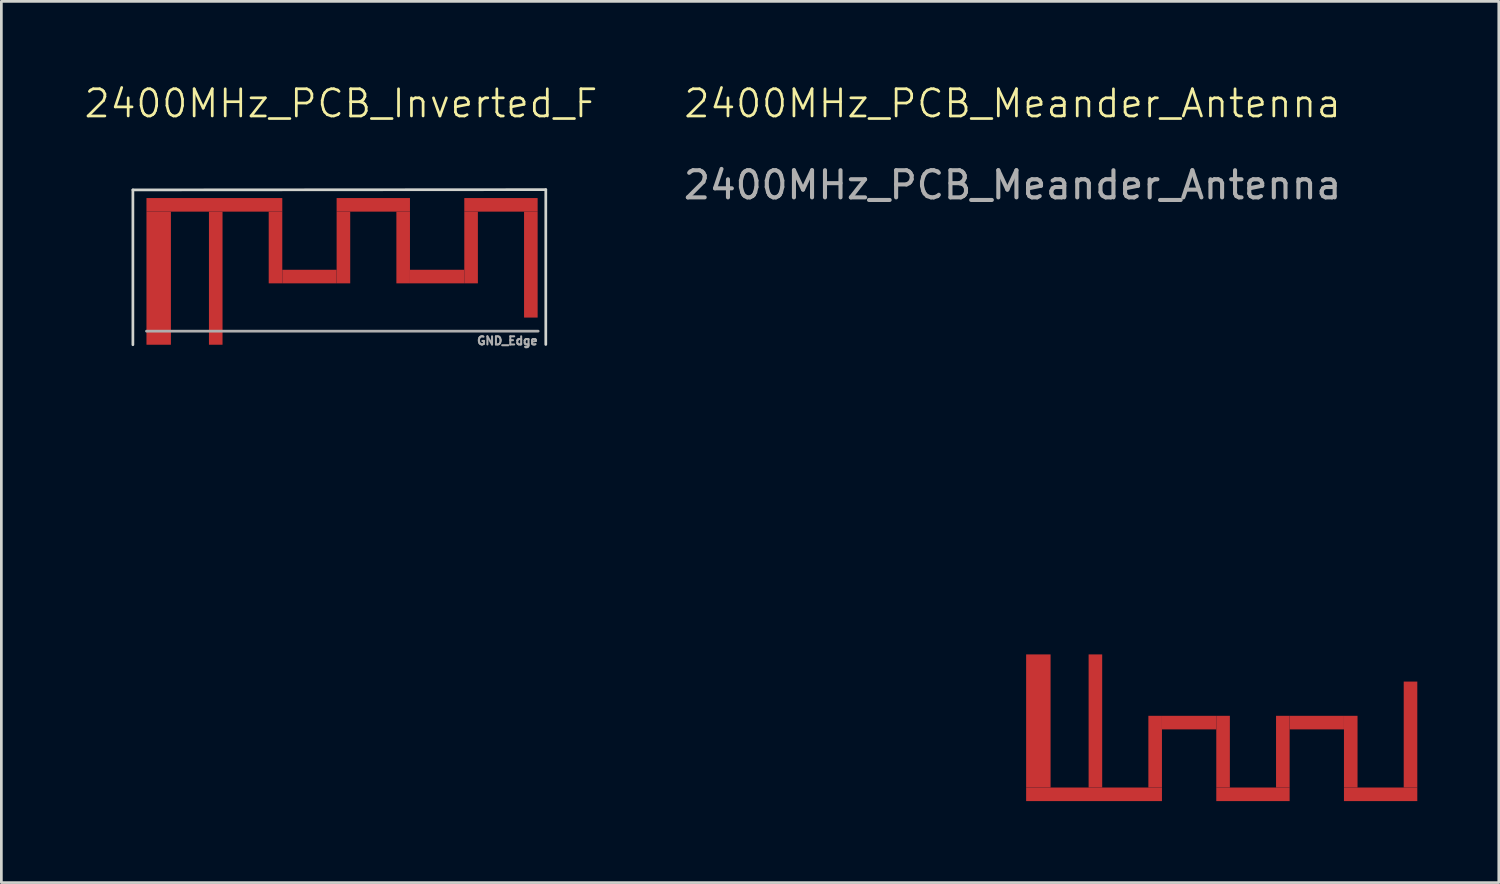
<source format=kicad_pcb>
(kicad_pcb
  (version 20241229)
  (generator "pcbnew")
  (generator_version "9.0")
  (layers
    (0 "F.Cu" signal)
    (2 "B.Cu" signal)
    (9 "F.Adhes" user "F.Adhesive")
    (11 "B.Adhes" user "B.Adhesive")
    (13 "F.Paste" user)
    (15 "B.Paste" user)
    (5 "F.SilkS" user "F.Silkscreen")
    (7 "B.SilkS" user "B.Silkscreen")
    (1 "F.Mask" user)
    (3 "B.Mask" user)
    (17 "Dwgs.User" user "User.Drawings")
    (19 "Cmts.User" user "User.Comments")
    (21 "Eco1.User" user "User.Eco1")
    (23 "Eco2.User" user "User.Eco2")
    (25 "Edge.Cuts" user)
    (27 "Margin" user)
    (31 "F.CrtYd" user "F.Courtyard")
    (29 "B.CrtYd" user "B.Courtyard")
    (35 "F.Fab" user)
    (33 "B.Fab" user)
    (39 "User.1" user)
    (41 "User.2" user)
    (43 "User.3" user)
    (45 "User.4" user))
  (footprint "2400MHz_PCB_Meander_Antenna"
    (layer "F.Cu")
    (at 34.225 21.541)
    (property "Reference" "2400MHz_PCB_Meander_Antenna" (at 0 -20.78 0) (unlocked yes) (layer "F.SilkS") (effects (font (size 1 1) (thickness 0.1))))
    (attr smd)
    (fp_text user "${REFERENCE}" (at 0 -17.78 0) (unlocked yes) (layer "F.Fab") (effects (font (size 1 1) (thickness 0.15))))
    (pad "1" smd rect (at 3 4.65) (size 5 0.5) (layers "F.Cu" "F.Mask"))
    (pad "1" smd rect (at 3.05 1.95) (size 0.5 4.9) (layers "F.Cu" "F.Mask"))
    (pad "1" smd rect (at 5.25 3.08) (size 0.5 2.64) (layers "F.Cu" "F.Mask"))
    (pad "1" smd rect (at 6.5 2.01) (size 2 0.5) (layers "F.Cu" "F.Mask"))
    (pad "1" smd rect (at 7.75 3.08) (size 0.5 2.64) (layers "F.Cu" "F.Mask"))
    (pad "1" smd rect (at 8.85 4.65) (size 2.7 0.5) (layers "F.Cu" "F.Mask"))
    (pad "1" smd rect (at 9.95 3.08) (size 0.5 2.64) (layers "F.Cu" "F.Mask"))
    (pad "1" smd rect (at 11.2 2.01) (size 2 0.5) (layers "F.Cu" "F.Mask"))
    (pad "1" smd rect (at 12.45 3.08) (size 0.5 2.64) (layers "F.Cu" "F.Mask"))
    (pad "1" smd rect (at 13.55 4.65) (size 2.7 0.5) (layers "F.Cu" "F.Mask"))
    (pad "1" smd rect (at 14.65 2.45) (size 0.5 3.9) (layers "F.Cu" "F.Mask"))
    (pad "2" smd rect (at 0.95 1.95) (size 0.9 4.9) (layers "F.Cu" "F.Mask")))
  (footprint "2400MHz_PCB_Inverted_F"
    (layer "F.Cu")
    (at 9.352 3.881)
    (property "Reference" "2400MHz_PCB_Inverted_F" (at 0.15 -3.12 0) (unlocked yes) (layer "F.SilkS") (effects (font (size 1 1) (thickness 0.1))))
    (attr smd)
    (fp_line (start -7.51 0.06) (end -7.51 5.76) (stroke (width 0.1) (type default)) (layer "Edge.Cuts"))
    (fp_line (start -7.51 0.06) (end 7.69 0.05) (stroke (width 0.1) (type default)) (layer "Edge.Cuts"))
    (fp_line (start 7.69 0.05) (end 7.69 5.75) (stroke (width 0.1) (type default)) (layer "Edge.Cuts"))
    (fp_line (start -7.01 5.26) (end 7.41 5.26) (stroke (width 0.1) (type default)) (layer "F.Fab"))
    (fp_text user "GND_Edge" (at 5.12 5.79 0) (unlocked yes) (layer "F.Fab") (effects (font (size 0.3 0.3) (thickness 0.075)) (justify left bottom)))
    (pad "1" smd rect (at -4.51 0.61) (size 5 0.5) (layers "F.Cu" "F.Mask"))
    (pad "1" smd rect (at -4.46 3.31) (size 0.5 4.9) (layers "F.Cu" "F.Mask"))
    (pad "1" smd rect (at -2.26 2.18) (size 0.5 2.64) (layers "F.Cu" "F.Mask"))
    (pad "1" smd rect (at -1.01 3.25) (size 2 0.5) (layers "F.Cu" "F.Mask"))
    (pad "1" smd rect (at 0.24 2.18) (size 0.5 2.64) (layers "F.Cu" "F.Mask"))
    (pad "1" smd rect (at 1.34 0.61) (size 2.7 0.5) (layers "F.Cu" "F.Mask"))
    (pad "1" smd rect (at 2.44 2.18) (size 0.5 2.64) (layers "F.Cu" "F.Mask"))
    (pad "1" smd rect (at 3.69 3.25) (size 2 0.5) (layers "F.Cu" "F.Mask"))
    (pad "1" smd rect (at 4.94 2.18) (size 0.5 2.64) (layers "F.Cu" "F.Mask"))
    (pad "1" smd rect (at 6.04 0.61) (size 2.7 0.5) (layers "F.Cu" "F.Mask"))
    (pad "1" smd rect (at 7.14 2.81) (size 0.5 3.9) (layers "F.Cu" "F.Mask"))
    (pad "2" smd rect (at -6.56 3.31) (size 0.9 4.9) (layers "F.Cu" "F.Mask")))
  (gr_rect
    (start -3 -3)
    (end 52.125 29.441)
    (stroke (width 0.1) (type default))
    (fill no)
    (layer "Edge.Cuts")))
</source>
